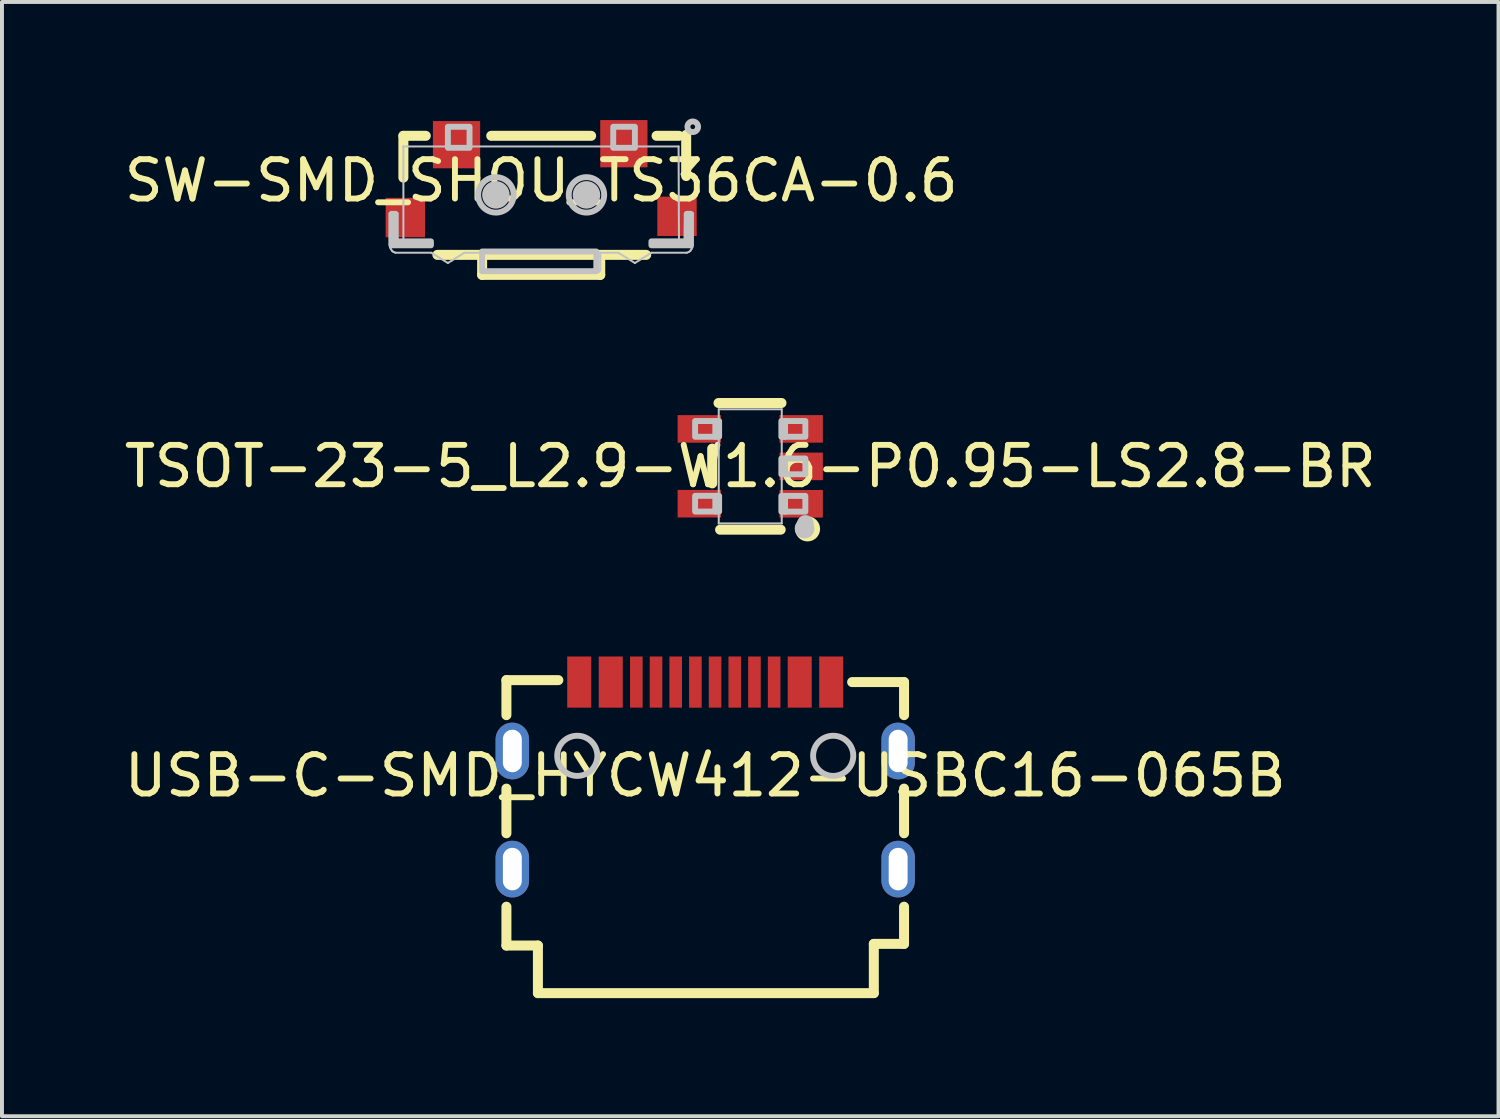
<source format=kicad_pcb>
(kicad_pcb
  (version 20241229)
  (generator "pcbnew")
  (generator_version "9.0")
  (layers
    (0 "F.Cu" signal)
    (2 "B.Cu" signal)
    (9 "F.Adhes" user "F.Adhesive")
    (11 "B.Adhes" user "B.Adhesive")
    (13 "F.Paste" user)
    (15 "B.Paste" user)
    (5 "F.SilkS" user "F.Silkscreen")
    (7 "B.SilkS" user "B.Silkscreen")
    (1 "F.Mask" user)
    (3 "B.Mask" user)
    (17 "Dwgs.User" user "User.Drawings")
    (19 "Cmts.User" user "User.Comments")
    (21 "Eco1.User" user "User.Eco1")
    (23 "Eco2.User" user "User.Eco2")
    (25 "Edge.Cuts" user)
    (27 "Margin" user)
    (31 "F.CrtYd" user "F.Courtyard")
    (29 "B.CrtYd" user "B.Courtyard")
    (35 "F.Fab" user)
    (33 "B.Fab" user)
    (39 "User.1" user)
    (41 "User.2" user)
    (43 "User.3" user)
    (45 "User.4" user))
  (footprint "TSOT-23-5_L2.9-W1.6-P0.95-LS2.8-BR"
    (layer "F.Cu")
    (at 16.006 8.795)
    (property "Reference" "TSOT-23-5_L2.9-W1.6-P0.95-LS2.8-BR" (at 0 0 0) (layer "F.SilkS") (effects (font (size 1 1) (thickness 0.15))))
    (fp_line (start -0.966 0.433) (end -0.966 -0.451) (stroke (width 0.254) (type solid)) (layer "F.SilkS"))
    (fp_line (start -0.806 -1.609) (end 0.794 -1.609) (stroke (width 0.254) (type solid)) (layer "F.SilkS"))
    (fp_line (start -0.766 1.609) (end 0.774 1.609) (stroke (width 0.254) (type solid)) (layer "F.SilkS"))
    (fp_circle (center 1.456 1.589) (end 1.52 1.589) (stroke (width 0.254) (type solid)) (fill no) (layer "F.SilkS"))
    (fp_line (start -0.8 -1.45) (end 0.8 -1.45) (stroke (width 0.051) (type solid)) (layer "Dwgs.User"))
    (fp_line (start -0.8 1.45) (end -0.8 -1.45) (stroke (width 0.051) (type solid)) (layer "Dwgs.User"))
    (fp_line (start 0.8 -1.45) (end 0.8 1.45) (stroke (width 0.051) (type solid)) (layer "Dwgs.User"))
    (fp_line (start 0.8 1.45) (end -0.8 1.45) (stroke (width 0.051) (type solid)) (layer "Dwgs.User"))
    (fp_circle (center 1.38 1.58) (end 1.505 1.58) (stroke (width 0.25) (type solid)) (fill no) (layer "Dwgs.User"))
    (fp_circle (center 1.4 1.45) (end 1.46 1.45) (stroke (width 0.15) (type solid)) (fill no) (layer "Dwgs.User"))
    (fp_poly (pts (xy -1.4 -0.751) (xy -1.4 -1.151) (xy -0.875 -1.151) (xy -0.875 -0.751) (xy -1.4 -0.751)) (stroke (width 0.15) (type solid)) (fill no) (layer "Dwgs.User"))
    (fp_poly (pts (xy -1.4 1.149) (xy -1.4 0.749) (xy -0.875 0.749) (xy -0.875 1.149) (xy -1.4 1.149)) (stroke (width 0.15) (type solid)) (fill no) (layer "Dwgs.User"))
    (fp_poly (pts (xy -0.885 -0.751) (xy -0.885 -1.151) (xy -0.79 -1.151) (xy -0.79 -0.751) (xy -0.885 -0.751)) (stroke (width 0.15) (type solid)) (fill no) (layer "Dwgs.User"))
    (fp_poly (pts (xy -0.885 1.149) (xy -0.885 0.749) (xy -0.79 0.749) (xy -0.79 1.149) (xy -0.885 1.149)) (stroke (width 0.15) (type solid)) (fill no) (layer "Dwgs.User"))
    (fp_poly (pts (xy 0.79 -0.751) (xy 0.79 -1.151) (xy 0.885 -1.151) (xy 0.885 -0.751) (xy 0.79 -0.751)) (stroke (width 0.15) (type solid)) (fill no) (layer "Dwgs.User"))
    (fp_poly (pts (xy 0.79 0.201) (xy 0.79 -0.199) (xy 0.885 -0.199) (xy 0.885 0.201) (xy 0.79 0.201)) (stroke (width 0.15) (type solid)) (fill no) (layer "Dwgs.User"))
    (fp_poly (pts (xy 0.79 1.151) (xy 0.79 0.751) (xy 0.885 0.751) (xy 0.885 1.151) (xy 0.79 1.151)) (stroke (width 0.15) (type solid)) (fill no) (layer "Dwgs.User"))
    (fp_poly (pts (xy 0.875 -0.751) (xy 0.875 -1.151) (xy 1.4 -1.151) (xy 1.4 -0.751) (xy 0.875 -0.751)) (stroke (width 0.15) (type solid)) (fill no) (layer "Dwgs.User"))
    (fp_poly (pts (xy 0.875 0.201) (xy 0.875 -0.199) (xy 1.4 -0.199) (xy 1.4 0.201) (xy 0.875 0.201)) (stroke (width 0.15) (type solid)) (fill no) (layer "Dwgs.User"))
    (fp_poly (pts (xy 0.875 1.151) (xy 0.875 0.751) (xy 1.4 0.751) (xy 1.4 1.151) (xy 0.875 1.151)) (stroke (width 0.15) (type solid)) (fill no) (layer "Dwgs.User"))
    (pad "1" smd rect (at 1.294 0.951) (size 1.1 0.7) (layers "F.Cu" "F.Mask" "F.Paste"))
    (pad "2" smd rect (at 1.294 0.001) (size 1.1 0.7) (layers "F.Cu" "F.Mask" "F.Paste"))
    (pad "3" smd rect (at 1.294 -0.951) (size 1.1 0.7) (layers "F.Cu" "F.Mask" "F.Paste"))
    (pad "4" smd rect (at -1.294 -0.951 180) (size 1.1 0.7) (layers "F.Cu" "F.Mask" "F.Paste"))
    (pad "5" smd rect (at -1.294 0.949 180) (size 1.1 0.7) (layers "F.Cu" "F.Mask" "F.Paste")))
  (footprint "SW-SMD_SHOU_TS36CA-0.6"
    (layer "F.Cu")
    (at 10.696 1.538)
    (property "Reference" "SW-SMD_SHOU_TS36CA-0.6" (at 0 0 0) (layer "F.SilkS") (effects (font (size 1 1) (thickness 0.15))))
    (fp_line (start -3.5 -1.138) (end -3.5 -0.077) (stroke (width 0.254) (type solid)) (layer "F.SilkS"))
    (fp_line (start -3.5 -1.138) (end -2.931 -1.138) (stroke (width 0.254) (type solid)) (layer "F.SilkS"))
    (fp_line (start -1.5 2.394) (end -1.5 1.918) (stroke (width 0.254) (type solid)) (layer "F.SilkS"))
    (fp_line (start -1.269 -1.138) (end 1.269 -1.138) (stroke (width 0.254) (type solid)) (layer "F.SilkS"))
    (fp_line (start 1.5 2.394) (end -1.5 2.394) (stroke (width 0.254) (type solid)) (layer "F.SilkS"))
    (fp_line (start 1.5 2.394) (end 1.5 1.918) (stroke (width 0.254) (type solid)) (layer "F.SilkS"))
    (fp_line (start 2.667 1.886) (end -2.636 1.886) (stroke (width 0.254) (type solid)) (layer "F.SilkS"))
    (fp_line (start 2.931 -1.138) (end 3.5 -1.138) (stroke (width 0.254) (type solid)) (layer "F.SilkS"))
    (fp_line (start 3.683 -1.162) (end 3.683 -0.116) (stroke (width 0.254) (type solid)) (layer "F.SilkS"))
    (fp_line (start -3.85 0.832) (end -3.65 0.832) (stroke (width 0.051) (type solid)) (layer "Dwgs.User"))
    (fp_line (start -3.85 1.631) (end -3.85 0.832) (stroke (width 0.051) (type solid)) (layer "Dwgs.User"))
    (fp_line (start -3.84 1.691) (end -3.85 1.631) (stroke (width 0.051) (type solid)) (layer "Dwgs.User"))
    (fp_line (start -3.82 1.733) (end -3.84 1.691) (stroke (width 0.051) (type solid)) (layer "Dwgs.User"))
    (fp_line (start -3.789 1.782) (end -3.82 1.733) (stroke (width 0.051) (type solid)) (layer "Dwgs.User"))
    (fp_line (start -3.75 1.812) (end -3.789 1.782) (stroke (width 0.051) (type solid)) (layer "Dwgs.User"))
    (fp_line (start -3.7 1.832) (end -3.75 1.812) (stroke (width 0.051) (type solid)) (layer "Dwgs.User"))
    (fp_line (start -3.65 0.832) (end -3.65 1.632) (stroke (width 0.051) (type solid)) (layer "Dwgs.User"))
    (fp_line (start -3.65 1.632) (end -3.5 1.632) (stroke (width 0.051) (type solid)) (layer "Dwgs.User"))
    (fp_line (start -3.5 -0.868) (end 3.49 -0.868) (stroke (width 0.051) (type solid)) (layer "Dwgs.User"))
    (fp_line (start -3.5 -0.865) (end -3.5 -0.868) (stroke (width 0.051) (type solid)) (layer "Dwgs.User"))
    (fp_line (start -3.5 1.632) (end -3.5 -0.865) (stroke (width 0.051) (type solid)) (layer "Dwgs.User"))
    (fp_line (start -2.79 1.832) (end -3.7 1.832) (stroke (width 0.051) (type solid)) (layer "Dwgs.User"))
    (fp_line (start -2.37 2.092) (end -2.79 1.832) (stroke (width 0.051) (type solid)) (layer "Dwgs.User"))
    (fp_line (start -1.95 1.832) (end -2.37 2.092) (stroke (width 0.051) (type solid)) (layer "Dwgs.User"))
    (fp_line (start -1.5 1.832) (end -1.95 1.832) (stroke (width 0.051) (type solid)) (layer "Dwgs.User"))
    (fp_line (start -1.5 2.262) (end -1.5 1.832) (stroke (width 0.051) (type solid)) (layer "Dwgs.User"))
    (fp_line (start -1.49 2.282) (end -1.5 2.262) (stroke (width 0.051) (type solid)) (layer "Dwgs.User"))
    (fp_line (start -1.47 2.312) (end -1.49 2.282) (stroke (width 0.051) (type solid)) (layer "Dwgs.User"))
    (fp_line (start -1.429 2.332) (end -1.47 2.312) (stroke (width 0.051) (type solid)) (layer "Dwgs.User"))
    (fp_line (start 1.43 2.332) (end -1.429 2.332) (stroke (width 0.051) (type solid)) (layer "Dwgs.User"))
    (fp_line (start 1.47 2.311) (end 1.43 2.332) (stroke (width 0.051) (type solid)) (layer "Dwgs.User"))
    (fp_line (start 1.489 2.284) (end 1.47 2.311) (stroke (width 0.051) (type solid)) (layer "Dwgs.User"))
    (fp_line (start 1.5 1.832) (end 1.5 2.262) (stroke (width 0.051) (type solid)) (layer "Dwgs.User"))
    (fp_line (start 1.5 2.262) (end 1.489 2.284) (stroke (width 0.051) (type solid)) (layer "Dwgs.User"))
    (fp_line (start 1.96 1.832) (end 1.5 1.832) (stroke (width 0.051) (type solid)) (layer "Dwgs.User"))
    (fp_line (start 2.38 2.092) (end 1.96 1.832) (stroke (width 0.051) (type solid)) (layer "Dwgs.User"))
    (fp_line (start 2.8 1.832) (end 2.38 2.092) (stroke (width 0.051) (type solid)) (layer "Dwgs.User"))
    (fp_line (start 3.49 -0.868) (end 3.5 1.632) (stroke (width 0.051) (type solid)) (layer "Dwgs.User"))
    (fp_line (start 3.5 1.632) (end 3.64 1.632) (stroke (width 0.051) (type solid)) (layer "Dwgs.User"))
    (fp_line (start 3.64 1.632) (end 3.65 0.832) (stroke (width 0.051) (type solid)) (layer "Dwgs.User"))
    (fp_line (start 3.65 0.832) (end 3.85 0.832) (stroke (width 0.051) (type solid)) (layer "Dwgs.User"))
    (fp_line (start 3.699 1.832) (end 2.8 1.832) (stroke (width 0.051) (type solid)) (layer "Dwgs.User"))
    (fp_line (start 3.752 1.81) (end 3.699 1.832) (stroke (width 0.051) (type solid)) (layer "Dwgs.User"))
    (fp_line (start 3.79 1.781) (end 3.752 1.81) (stroke (width 0.051) (type solid)) (layer "Dwgs.User"))
    (fp_line (start 3.819 1.733) (end 3.79 1.781) (stroke (width 0.051) (type solid)) (layer "Dwgs.User"))
    (fp_line (start 3.84 1.692) (end 3.819 1.733) (stroke (width 0.051) (type solid)) (layer "Dwgs.User"))
    (fp_line (start 3.85 0.832) (end 3.85 1.632) (stroke (width 0.051) (type solid)) (layer "Dwgs.User"))
    (fp_line (start 3.85 1.632) (end 3.84 1.692) (stroke (width 0.051) (type solid)) (layer "Dwgs.User"))
    (fp_circle (center -1.15 0.362) (end -0.975 0.362) (stroke (width 0.35) (type solid)) (fill no) (layer "Dwgs.User"))
    (fp_circle (center -1.15 0.362) (end -0.7 0.362) (stroke (width 0.15) (type solid)) (fill no) (layer "Dwgs.User"))
    (fp_circle (center 1.15 0.362) (end 1.325 0.362) (stroke (width 0.35) (type solid)) (fill no) (layer "Dwgs.User"))
    (fp_circle (center 1.15 0.362) (end 1.6 0.362) (stroke (width 0.15) (type solid)) (fill no) (layer "Dwgs.User"))
    (fp_circle (center 3.85 -1.368) (end 3.91 -1.368) (stroke (width 0.15) (type solid)) (fill no) (layer "Dwgs.User"))
    (fp_poly (pts (xy -1.5 2.3) (xy -1.5 1.8) (xy 1.4 1.8) (xy 1.4 2.3) (xy -1.5 2.3)) (stroke (width 0.15) (type solid)) (fill no) (layer "Dwgs.User"))
    (fp_poly (pts (xy -2.37 -0.834) (xy -2.37 -1.368) (xy -1.82 -1.368) (xy -1.82 -0.834) (xy -1.831 -0.834) (xy -2.37 -0.834)) (stroke (width 0.15) (type solid)) (fill no) (layer "Dwgs.User"))
    (fp_poly (pts (xy 1.83 -0.834) (xy 1.83 -1.368) (xy 2.38 -1.368) (xy 2.38 -0.834) (xy 2.369 -0.834) (xy 1.83 -0.834)) (stroke (width 0.15) (type solid)) (fill no) (layer "Dwgs.User"))
    (fp_poly (pts (xy -3.8 0.943) (xy -3.8 1.643) (xy -2.8 1.643) (xy -2.8 1.543) (xy -3.7 1.543) (xy -3.7 0.843) (xy -3.8 0.843) (xy -3.8 0.943)) (stroke (width 0.15) (type solid)) (fill no) (layer "Dwgs.User"))
    (fp_poly (pts (xy 3.8 0.943) (xy 3.8 1.643) (xy 2.8 1.643) (xy 2.8 1.543) (xy 3.7 1.543) (xy 3.7 0.843) (xy 3.8 0.843) (xy 3.8 0.943)) (stroke (width 0.15) (type solid)) (fill no) (layer "Dwgs.User"))
    (pad "1" smd rect (at 2.1 -0.938 180) (size 1.2 1.2) (layers "F.Cu" "F.Mask" "F.Paste"))
    (pad "2" smd rect (at -2.15 -0.913 180) (size 1.2 1.2) (layers "F.Cu" "F.Mask" "F.Paste"))
    (pad "3" smd rect (at -3.45 0.938) (size 1 1) (layers "F.Cu" "F.Mask" "F.Paste"))
    (pad "4" smd rect (at 3.45 0.907) (size 1 1) (layers "F.Cu" "F.Mask" "F.Paste")))
  (footprint "USB-C-SMD_HYCW412-USBC16-065B"
    (layer "F.Cu")
    (at 14.863 16.65)
    (property "Reference" "USB-C-SMD_HYCW412-USBC16-065B" (at 0 0 0) (layer "F.SilkS") (effects (font (size 1 1) (thickness 0.15))))
    (fp_line (start -5.05 -2.425) (end -3.731 -2.425) (stroke (width 0.254) (type solid)) (layer "F.SilkS"))
    (fp_line (start -5.05 -1.535) (end -5.05 -2.425) (stroke (width 0.254) (type solid)) (layer "F.SilkS"))
    (fp_line (start -5.05 1.465) (end -5.05 0.331) (stroke (width 0.254) (type solid)) (layer "F.SilkS"))
    (fp_line (start -5.05 3.33) (end -5.05 4.317) (stroke (width 0.254) (type solid)) (layer "F.SilkS"))
    (fp_line (start -5.05 4.317) (end -4.25 4.317) (stroke (width 0.254) (type solid)) (layer "F.SilkS"))
    (fp_line (start -4.25 4.317) (end -4.25 5.525) (stroke (width 0.254) (type solid)) (layer "F.SilkS"))
    (fp_line (start -4.25 5.525) (end 4.282 5.525) (stroke (width 0.254) (type solid)) (layer "F.SilkS"))
    (fp_line (start 3.731 -2.375) (end 5.05 -2.375) (stroke (width 0.254) (type solid)) (layer "F.SilkS"))
    (fp_line (start 4.282 4.275) (end 5.05 4.275) (stroke (width 0.254) (type solid)) (layer "F.SilkS"))
    (fp_line (start 4.282 5.525) (end 4.282 4.275) (stroke (width 0.254) (type solid)) (layer "F.SilkS"))
    (fp_line (start 5.05 -2.375) (end 5.05 -1.535) (stroke (width 0.254) (type solid)) (layer "F.SilkS"))
    (fp_line (start 5.05 0.331) (end 5.05 1.465) (stroke (width 0.254) (type solid)) (layer "F.SilkS"))
    (fp_line (start 5.05 4.275) (end 5.05 3.33) (stroke (width 0.254) (type solid)) (layer "F.SilkS"))
    (fp_circle (center -3.25 -0.502) (end -2.74 -0.502) (stroke (width 0.15) (type solid)) (fill no) (layer "Dwgs.User"))
    (fp_circle (center 3.25 -0.502) (end 3.76 -0.502) (stroke (width 0.15) (type solid)) (fill no) (layer "Dwgs.User"))
    (pad "13" thru_hole oval (at -4.9 -0.625) (size 0.85 1.44) (drill oval 0.48 1.08 (offset -0.0001 0.0001)) (layers "*.Cu" "*.Mask"))
    (pad "14" thru_hole oval (at 4.9 -0.625) (size 0.85 1.44) (drill oval 0.48 1.08 (offset 0.0001 0.0001)) (layers "*.Cu" "*.Mask"))
    (pad "15" thru_hole oval (at -4.9 2.375) (size 0.85 1.44) (drill oval 0.48 1.08 (offset -0.0001 0.0002)) (layers "*.Cu" "*.Mask"))
    (pad "16" thru_hole oval (at 4.9 2.375) (size 0.85 1.44) (drill oval 0.48 1.08 (offset 0.0001 0.0002)) (layers "*.Cu" "*.Mask"))
    (pad "A1B12" smd rect (at -3.2 -2.375) (size 0.61 1.3) (layers "F.Cu" "F.Mask"))
    (pad "A4B9" smd rect (at -2.4 -2.375) (size 0.61 1.3) (layers "F.Cu" "F.Mask"))
    (pad "A5" smd rect (at -1.25 -2.375) (size 0.32 1.3) (layers "F.Cu" "F.Mask"))
    (pad "A6" smd rect (at -0.25 -2.375) (size 0.32 1.3) (layers "F.Cu" "F.Mask"))
    (pad "A7" smd rect (at 0.25 -2.375) (size 0.32 1.3) (layers "F.Cu" "F.Mask"))
    (pad "A8" smd rect (at 1.25 -2.375) (size 0.32 1.3) (layers "F.Cu" "F.Mask"))
    (pad "B1A12" smd rect (at 3.2 -2.375) (size 0.61 1.3) (layers "F.Cu" "F.Mask"))
    (pad "B4A9" smd rect (at 2.4 -2.375) (size 0.61 1.3) (layers "F.Cu" "F.Mask"))
    (pad "B5" smd rect (at 1.75 -2.375) (size 0.32 1.3) (layers "F.Cu" "F.Mask"))
    (pad "B6" smd rect (at 0.75 -2.375) (size 0.32 1.3) (layers "F.Cu" "F.Mask"))
    (pad "B7" smd rect (at -0.75 -2.375) (size 0.32 1.3) (layers "F.Cu" "F.Mask"))
    (pad "B8" smd rect (at -1.75 -2.375) (size 0.32 1.3) (layers "F.Cu" "F.Mask")))
  (gr_rect
    (start -3 -3)
    (end 35.012 25.302)
    (stroke (width 0.1) (type default))
    (fill no)
    (layer "Edge.Cuts")))
</source>
